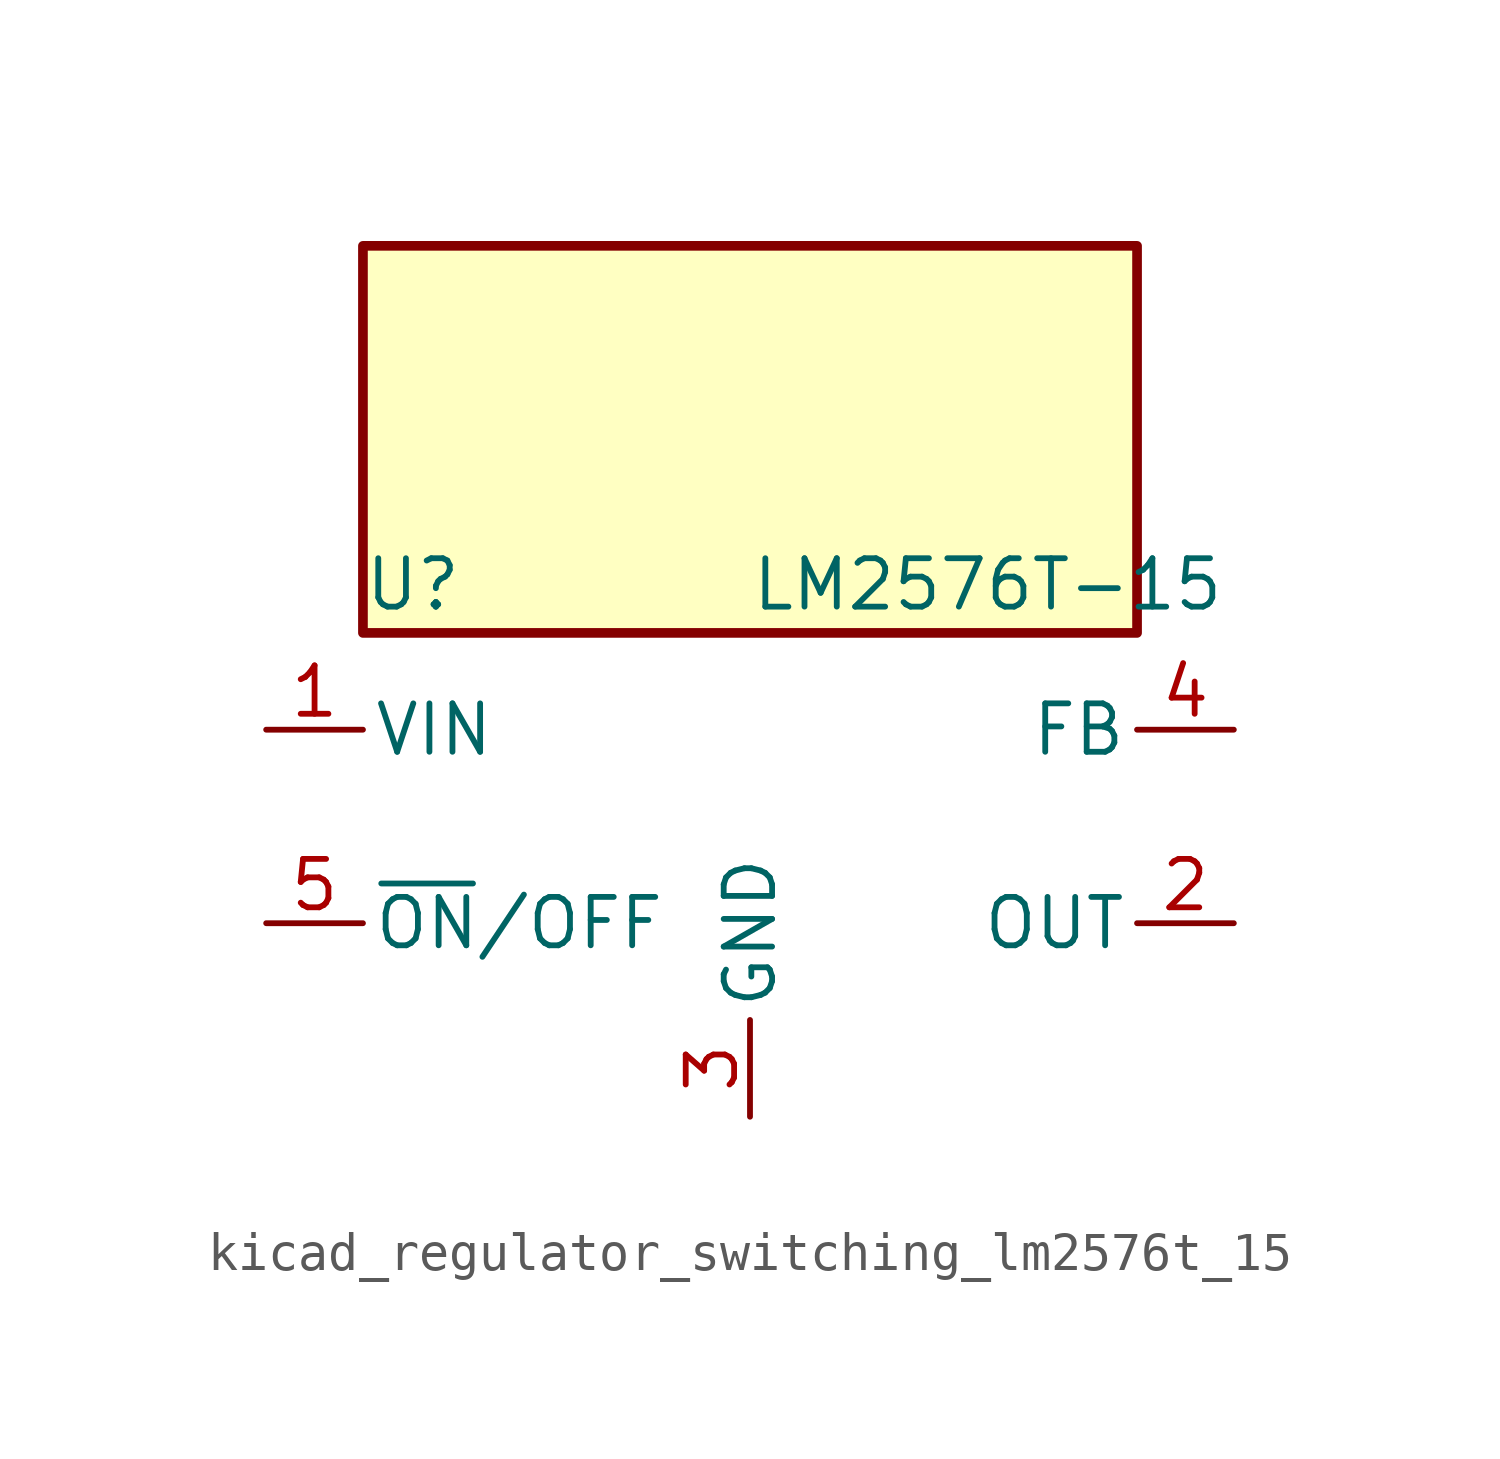
<source format=kicad_sym>
(kicad_symbol_lib
  (version 20220914)
  (generator kicad_symbol_editor)
  (symbol "kicad_regulator_switching_lm2576t_15"
    (pin_names
      (offset 0.254))
    (property "Reference" "U"
      (at -10.16 6.35 0)
      (effects (font (size 1.27 1.27)) (justify left)))
    (property "Value" "LM2576T-15"
      (at 0 6.35 0)
      (effects (font (size 1.27 1.27)) (justify left)))
    (symbol "kicad_regulator_switching_lm2576t_15_0_1"
      (rectangle (start 10.16 15.24) (end -10.16 5.08) (stroke (width 0.254) (type default)) (fill (type background))))
    (symbol "kicad_regulator_switching_lm2576t_15_1_1"
      (pin power_in line (at -12.7 2.54 0) (length 2.54) (name "VIN" (effects (font (size 1.27 1.27)))) (number "1" (effects (font (size 1.27 1.27)))))
      (pin output line (at 12.7 -2.54 180) (length 2.54) (name "OUT" (effects (font (size 1.27 1.27)))) (number "2" (effects (font (size 1.27 1.27)))))
      (pin power_in line (at 0 -7.62 90) (length 2.54) (name "GND" (effects (font (size 1.27 1.27)))) (number "3" (effects (font (size 1.27 1.27)))))
      (pin input line (at 12.7 2.54 180) (length 2.54) (name "FB" (effects (font (size 1.27 1.27)))) (number "4" (effects (font (size 1.27 1.27)))))
      (pin input line (at -12.7 -2.54 0) (length 2.54) (name "~{ON}/OFF" (effects (font (size 1.27 1.27)))) (number "5" (effects (font (size 1.27 1.27))))))))
</source>
